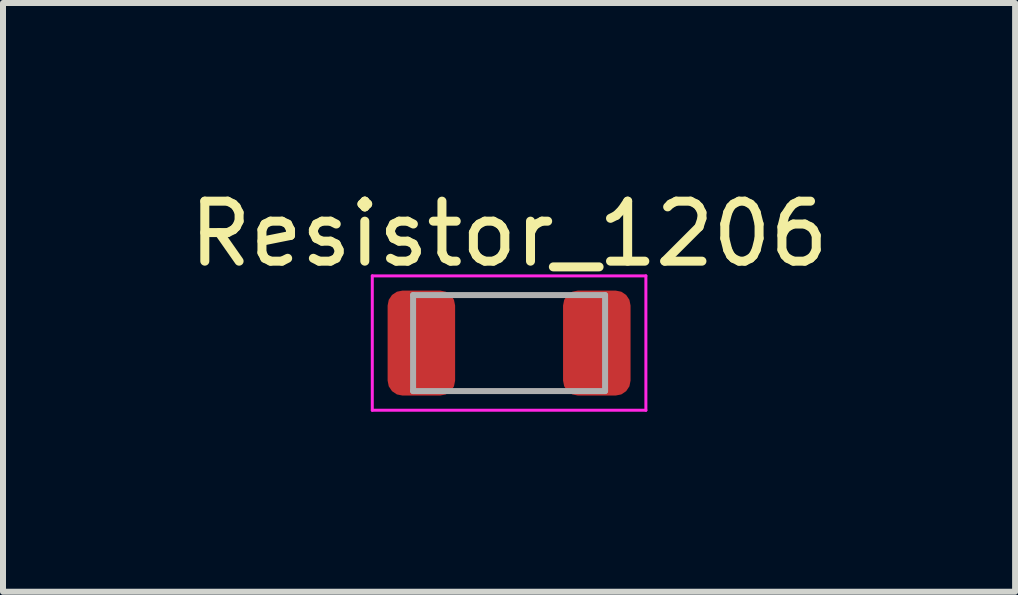
<source format=kicad_pcb>
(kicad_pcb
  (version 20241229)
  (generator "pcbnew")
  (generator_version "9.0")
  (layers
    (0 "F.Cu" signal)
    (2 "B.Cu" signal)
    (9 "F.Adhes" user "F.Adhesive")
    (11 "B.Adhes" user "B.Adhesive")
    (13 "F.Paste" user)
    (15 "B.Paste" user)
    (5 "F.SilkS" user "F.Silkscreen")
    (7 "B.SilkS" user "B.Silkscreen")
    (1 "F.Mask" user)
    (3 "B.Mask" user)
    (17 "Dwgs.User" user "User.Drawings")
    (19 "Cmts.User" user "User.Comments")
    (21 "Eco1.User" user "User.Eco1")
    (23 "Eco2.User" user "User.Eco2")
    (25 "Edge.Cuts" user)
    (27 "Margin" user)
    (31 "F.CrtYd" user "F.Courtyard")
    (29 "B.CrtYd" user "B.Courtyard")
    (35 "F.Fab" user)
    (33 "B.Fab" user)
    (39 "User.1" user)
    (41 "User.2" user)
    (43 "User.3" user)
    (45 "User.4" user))
  (footprint "Resistor_1206"
    (layer "F.Cu")
    (at 5.435 2.668)
    (property "Reference" "Resistor_1206" (at 0 -1.82 0) (layer "F.SilkS") (effects (font (size 1 1) (thickness 0.15))))
    (attr smd)
    (fp_line (start -2.28 -1.12) (end 2.28 -1.12) (stroke (width 0.05) (type solid)) (layer "F.CrtYd"))
    (fp_line (start -2.28 1.12) (end -2.28 -1.12) (stroke (width 0.05) (type solid)) (layer "F.CrtYd"))
    (fp_line (start 2.28 -1.12) (end 2.28 1.12) (stroke (width 0.05) (type solid)) (layer "F.CrtYd"))
    (fp_line (start 2.28 1.12) (end -2.28 1.12) (stroke (width 0.05) (type solid)) (layer "F.CrtYd"))
    (fp_line (start -1.6 -0.8) (end 1.6 -0.8) (stroke (width 0.1) (type solid)) (layer "F.Fab"))
    (fp_line (start -1.6 0.8) (end -1.6 -0.8) (stroke (width 0.1) (type solid)) (layer "F.Fab"))
    (fp_line (start 1.6 -0.8) (end 1.6 0.8) (stroke (width 0.1) (type solid)) (layer "F.Fab"))
    (fp_line (start 1.6 0.8) (end -1.6 0.8) (stroke (width 0.1) (type solid)) (layer "F.Fab"))
    (pad "1" smd roundrect (at -1.462 0) (size 1.125 1.75) (layers "F.Cu" "F.Mask" "F.Paste") (roundrect_rratio 0.222))
    (pad "2" smd roundrect (at 1.462 0) (size 1.125 1.75) (layers "F.Cu" "F.Mask" "F.Paste") (roundrect_rratio 0.222)))
  (gr_rect
    (start -3 -3)
    (end 13.869 6.813)
    (stroke (width 0.1) (type default))
    (fill no)
    (layer "Edge.Cuts")))
</source>
